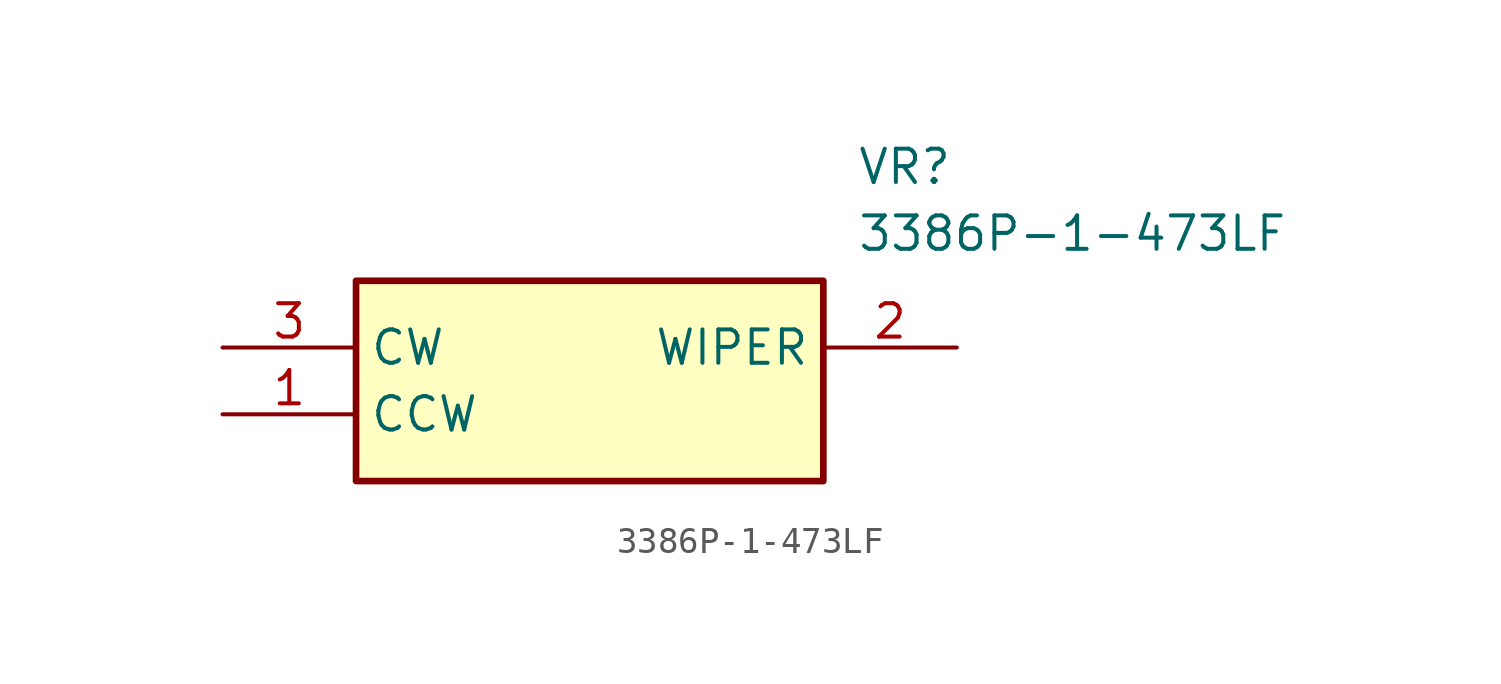
<source format=kicad_sym>
(kicad_symbol_lib
  (version 20211014)
  (generator SamacSys_ECAD_Model)
  (symbol "3386P-1-473LF"
    (property "Reference" "VR"
      (at 24.13 7.62 0)
      (effects (font (size 1.27 1.27)) (justify left top)))
    (property "Value" "3386P-1-473LF"
      (at 24.13 5.08 0)
      (effects (font (size 1.27 1.27)) (justify left top)))
    (rectangle
      (start 5.08 2.54)
      (end 22.86 -5.08)
      (stroke (width 0.254) (type default))
      (fill (type background)))
    (pin passive line
      (at 0 -2.54 0)
      (length 5.08)
      (name "CCW" (effects (font (size 1.27 1.27))))
      (number "1" (effects (font (size 1.27 1.27)))))
    (pin passive line
      (at 27.94 0 180)
      (length 5.08)
      (name "WIPER" (effects (font (size 1.27 1.27))))
      (number "2" (effects (font (size 1.27 1.27)))))
    (pin passive line
      (at 0 0 0)
      (length 5.08)
      (name "CW" (effects (font (size 1.27 1.27))))
      (number "3" (effects (font (size 1.27 1.27)))))))
</source>
